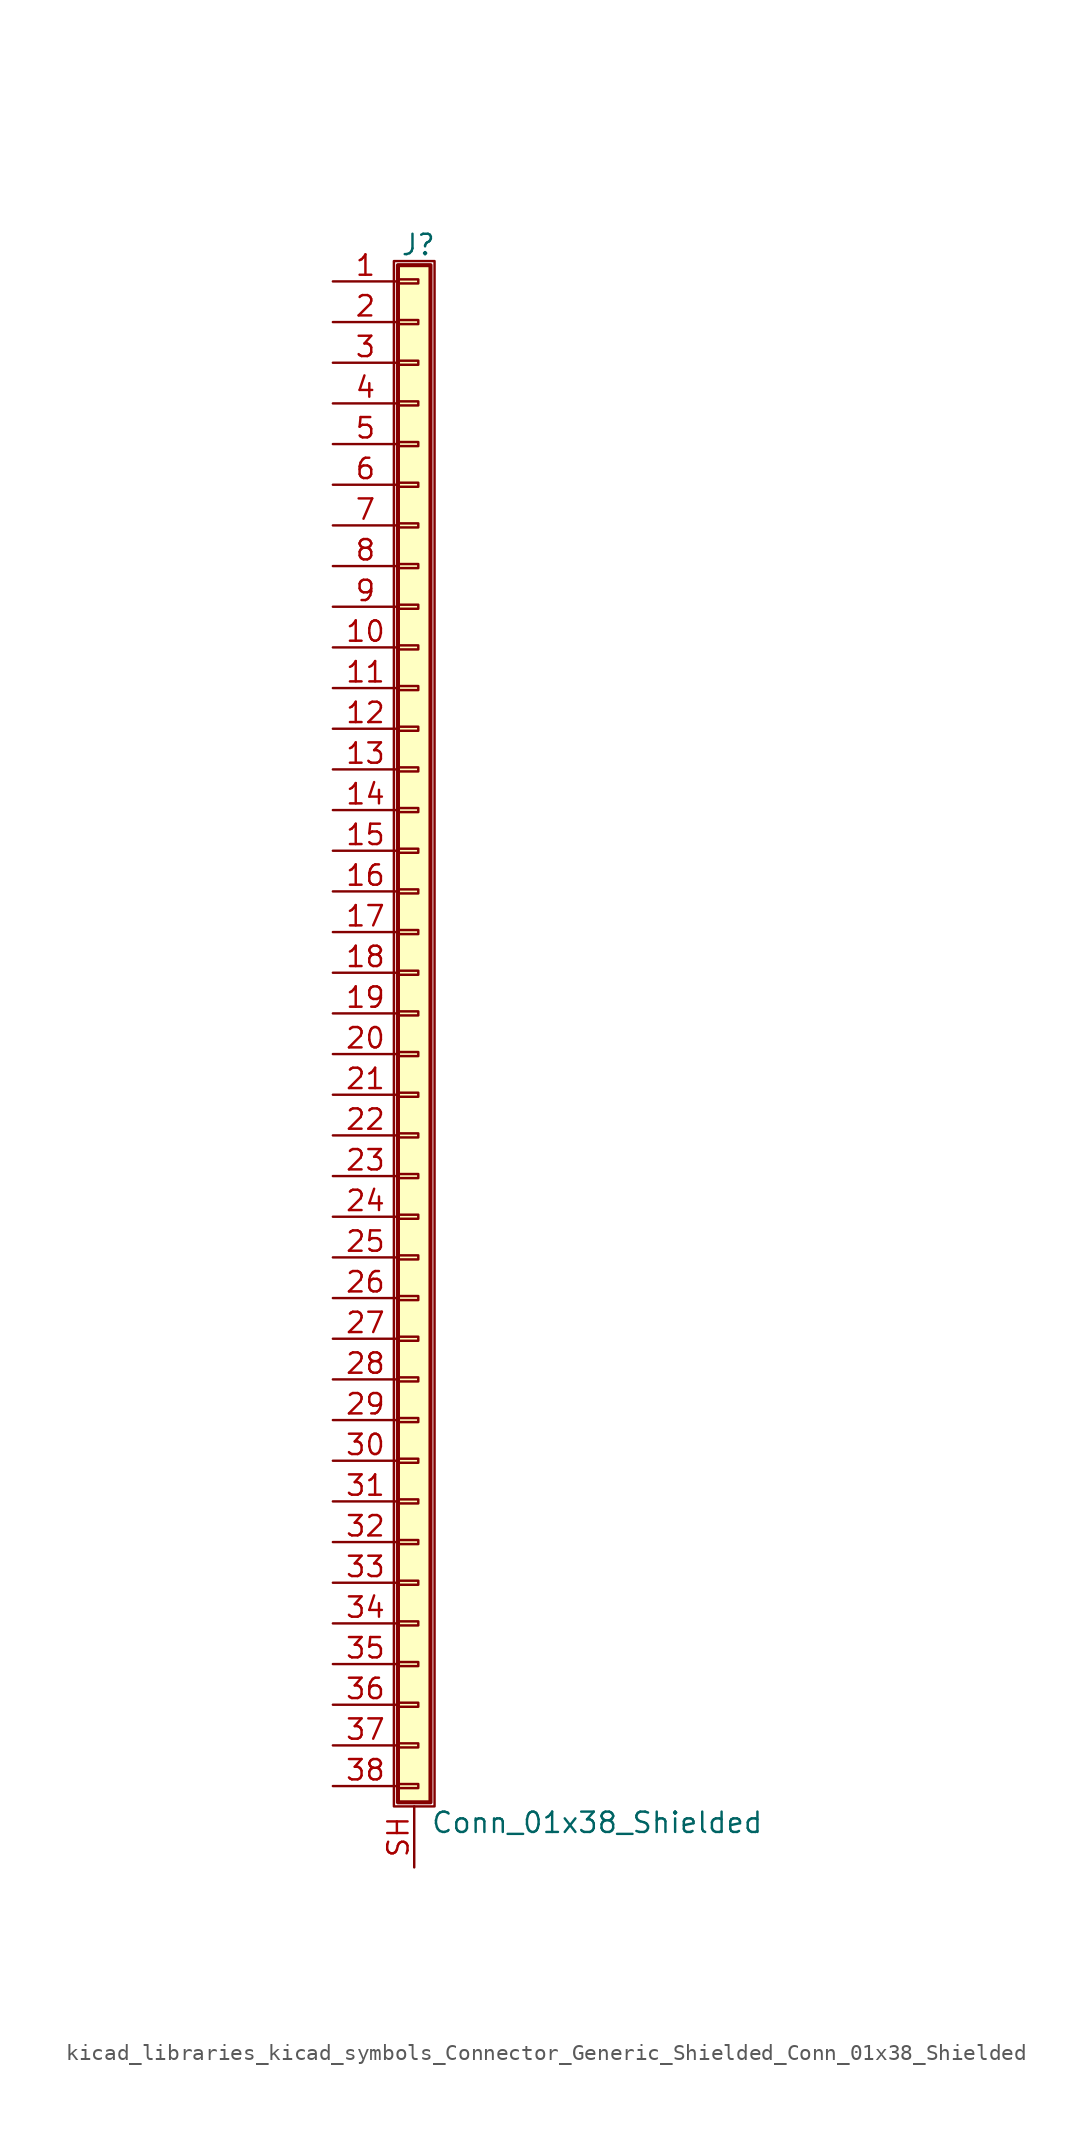
<source format=kicad_sym>
(kicad_symbol_lib
  (version 20220914)
  (generator kicad_symbol_editor)
  (symbol "kicad_libraries_kicad_symbols_Connector_Generic_Shielded_Conn_01x38_Shielded"
    (pin_names
      (offset 1.016) hide)
    (property "Reference" "J"
      (at 0.254 48.006 0)
      (effects (font (size 1.27 1.27))))
    (property "Value" "Conn_01x38_Shielded"
      (at 1.016 -50.546 0)
      (effects (font (size 1.27 1.27)) (justify left)))
    (symbol "kicad_libraries_kicad_symbols_Connector_Generic_Shielded_Conn_01x38_Shielded_1_1"
      (rectangle (start -1.27 46.99) (end 1.27 -49.53) (stroke (width 0.152) (type default)) (fill (type none)))
      (rectangle (start -1.016 -48.133) (end 0.254 -48.387) (stroke (width 0.152) (type default)) (fill (type none)))
      (rectangle (start -1.016 -45.593) (end 0.254 -45.847) (stroke (width 0.152) (type default)) (fill (type none)))
      (rectangle (start -1.016 -43.053) (end 0.254 -43.307) (stroke (width 0.152) (type default)) (fill (type none)))
      (rectangle (start -1.016 -40.513) (end 0.254 -40.767) (stroke (width 0.152) (type default)) (fill (type none)))
      (rectangle (start -1.016 -37.973) (end 0.254 -38.227) (stroke (width 0.152) (type default)) (fill (type none)))
      (rectangle (start -1.016 -35.433) (end 0.254 -35.687) (stroke (width 0.152) (type default)) (fill (type none)))
      (rectangle (start -1.016 -32.893) (end 0.254 -33.147) (stroke (width 0.152) (type default)) (fill (type none)))
      (rectangle (start -1.016 -30.353) (end 0.254 -30.607) (stroke (width 0.152) (type default)) (fill (type none)))
      (rectangle (start -1.016 -27.813) (end 0.254 -28.067) (stroke (width 0.152) (type default)) (fill (type none)))
      (rectangle (start -1.016 -25.273) (end 0.254 -25.527) (stroke (width 0.152) (type default)) (fill (type none)))
      (rectangle (start -1.016 -22.733) (end 0.254 -22.987) (stroke (width 0.152) (type default)) (fill (type none)))
      (rectangle (start -1.016 -20.193) (end 0.254 -20.447) (stroke (width 0.152) (type default)) (fill (type none)))
      (rectangle (start -1.016 -17.653) (end 0.254 -17.907) (stroke (width 0.152) (type default)) (fill (type none)))
      (rectangle (start -1.016 -15.113) (end 0.254 -15.367) (stroke (width 0.152) (type default)) (fill (type none)))
      (rectangle (start -1.016 -12.573) (end 0.254 -12.827) (stroke (width 0.152) (type default)) (fill (type none)))
      (rectangle (start -1.016 -10.033) (end 0.254 -10.287) (stroke (width 0.152) (type default)) (fill (type none)))
      (rectangle (start -1.016 -7.493) (end 0.254 -7.747) (stroke (width 0.152) (type default)) (fill (type none)))
      (rectangle (start -1.016 -4.953) (end 0.254 -5.207) (stroke (width 0.152) (type default)) (fill (type none)))
      (rectangle (start -1.016 -2.413) (end 0.254 -2.667) (stroke (width 0.152) (type default)) (fill (type none)))
      (rectangle (start -1.016 0.127) (end 0.254 -0.127) (stroke (width 0.152) (type default)) (fill (type none)))
      (rectangle (start -1.016 2.667) (end 0.254 2.413) (stroke (width 0.152) (type default)) (fill (type none)))
      (rectangle (start -1.016 5.207) (end 0.254 4.953) (stroke (width 0.152) (type default)) (fill (type none)))
      (rectangle (start -1.016 7.747) (end 0.254 7.493) (stroke (width 0.152) (type default)) (fill (type none)))
      (rectangle (start -1.016 10.287) (end 0.254 10.033) (stroke (width 0.152) (type default)) (fill (type none)))
      (rectangle (start -1.016 12.827) (end 0.254 12.573) (stroke (width 0.152) (type default)) (fill (type none)))
      (rectangle (start -1.016 15.367) (end 0.254 15.113) (stroke (width 0.152) (type default)) (fill (type none)))
      (rectangle (start -1.016 17.907) (end 0.254 17.653) (stroke (width 0.152) (type default)) (fill (type none)))
      (rectangle (start -1.016 20.447) (end 0.254 20.193) (stroke (width 0.152) (type default)) (fill (type none)))
      (rectangle (start -1.016 22.987) (end 0.254 22.733) (stroke (width 0.152) (type default)) (fill (type none)))
      (rectangle (start -1.016 25.527) (end 0.254 25.273) (stroke (width 0.152) (type default)) (fill (type none)))
      (rectangle (start -1.016 28.067) (end 0.254 27.813) (stroke (width 0.152) (type default)) (fill (type none)))
      (rectangle (start -1.016 30.607) (end 0.254 30.353) (stroke (width 0.152) (type default)) (fill (type none)))
      (rectangle (start -1.016 33.147) (end 0.254 32.893) (stroke (width 0.152) (type default)) (fill (type none)))
      (rectangle (start -1.016 35.687) (end 0.254 35.433) (stroke (width 0.152) (type default)) (fill (type none)))
      (rectangle (start -1.016 38.227) (end 0.254 37.973) (stroke (width 0.152) (type default)) (fill (type none)))
      (rectangle (start -1.016 40.767) (end 0.254 40.513) (stroke (width 0.152) (type default)) (fill (type none)))
      (rectangle (start -1.016 43.307) (end 0.254 43.053) (stroke (width 0.152) (type default)) (fill (type none)))
      (rectangle (start -1.016 45.847) (end 0.254 45.593) (stroke (width 0.152) (type default)) (fill (type none)))
      (rectangle (start -1.016 46.736) (end 1.016 -49.276) (stroke (width 0.254) (type default)) (fill (type background)))
      (pin passive line (at -5.08 45.72 0) (length 4.064) (name "Pin_1" (effects (font (size 1.27 1.27)))) (number "1" (effects (font (size 1.27 1.27)))))
      (pin passive line (at -5.08 22.86 0) (length 4.064) (name "Pin_10" (effects (font (size 1.27 1.27)))) (number "10" (effects (font (size 1.27 1.27)))))
      (pin passive line (at -5.08 20.32 0) (length 4.064) (name "Pin_11" (effects (font (size 1.27 1.27)))) (number "11" (effects (font (size 1.27 1.27)))))
      (pin passive line (at -5.08 17.78 0) (length 4.064) (name "Pin_12" (effects (font (size 1.27 1.27)))) (number "12" (effects (font (size 1.27 1.27)))))
      (pin passive line (at -5.08 15.24 0) (length 4.064) (name "Pin_13" (effects (font (size 1.27 1.27)))) (number "13" (effects (font (size 1.27 1.27)))))
      (pin passive line (at -5.08 12.7 0) (length 4.064) (name "Pin_14" (effects (font (size 1.27 1.27)))) (number "14" (effects (font (size 1.27 1.27)))))
      (pin passive line (at -5.08 10.16 0) (length 4.064) (name "Pin_15" (effects (font (size 1.27 1.27)))) (number "15" (effects (font (size 1.27 1.27)))))
      (pin passive line (at -5.08 7.62 0) (length 4.064) (name "Pin_16" (effects (font (size 1.27 1.27)))) (number "16" (effects (font (size 1.27 1.27)))))
      (pin passive line (at -5.08 5.08 0) (length 4.064) (name "Pin_17" (effects (font (size 1.27 1.27)))) (number "17" (effects (font (size 1.27 1.27)))))
      (pin passive line (at -5.08 2.54 0) (length 4.064) (name "Pin_18" (effects (font (size 1.27 1.27)))) (number "18" (effects (font (size 1.27 1.27)))))
      (pin passive line (at -5.08 0 0) (length 4.064) (name "Pin_19" (effects (font (size 1.27 1.27)))) (number "19" (effects (font (size 1.27 1.27)))))
      (pin passive line (at -5.08 43.18 0) (length 4.064) (name "Pin_2" (effects (font (size 1.27 1.27)))) (number "2" (effects (font (size 1.27 1.27)))))
      (pin passive line (at -5.08 -2.54 0) (length 4.064) (name "Pin_20" (effects (font (size 1.27 1.27)))) (number "20" (effects (font (size 1.27 1.27)))))
      (pin passive line (at -5.08 -5.08 0) (length 4.064) (name "Pin_21" (effects (font (size 1.27 1.27)))) (number "21" (effects (font (size 1.27 1.27)))))
      (pin passive line (at -5.08 -7.62 0) (length 4.064) (name "Pin_22" (effects (font (size 1.27 1.27)))) (number "22" (effects (font (size 1.27 1.27)))))
      (pin passive line (at -5.08 -10.16 0) (length 4.064) (name "Pin_23" (effects (font (size 1.27 1.27)))) (number "23" (effects (font (size 1.27 1.27)))))
      (pin passive line (at -5.08 -12.7 0) (length 4.064) (name "Pin_24" (effects (font (size 1.27 1.27)))) (number "24" (effects (font (size 1.27 1.27)))))
      (pin passive line (at -5.08 -15.24 0) (length 4.064) (name "Pin_25" (effects (font (size 1.27 1.27)))) (number "25" (effects (font (size 1.27 1.27)))))
      (pin passive line (at -5.08 -17.78 0) (length 4.064) (name "Pin_26" (effects (font (size 1.27 1.27)))) (number "26" (effects (font (size 1.27 1.27)))))
      (pin passive line (at -5.08 -20.32 0) (length 4.064) (name "Pin_27" (effects (font (size 1.27 1.27)))) (number "27" (effects (font (size 1.27 1.27)))))
      (pin passive line (at -5.08 -22.86 0) (length 4.064) (name "Pin_28" (effects (font (size 1.27 1.27)))) (number "28" (effects (font (size 1.27 1.27)))))
      (pin passive line (at -5.08 -25.4 0) (length 4.064) (name "Pin_29" (effects (font (size 1.27 1.27)))) (number "29" (effects (font (size 1.27 1.27)))))
      (pin passive line (at -5.08 40.64 0) (length 4.064) (name "Pin_3" (effects (font (size 1.27 1.27)))) (number "3" (effects (font (size 1.27 1.27)))))
      (pin passive line (at -5.08 -27.94 0) (length 4.064) (name "Pin_30" (effects (font (size 1.27 1.27)))) (number "30" (effects (font (size 1.27 1.27)))))
      (pin passive line (at -5.08 -30.48 0) (length 4.064) (name "Pin_31" (effects (font (size 1.27 1.27)))) (number "31" (effects (font (size 1.27 1.27)))))
      (pin passive line (at -5.08 -33.02 0) (length 4.064) (name "Pin_32" (effects (font (size 1.27 1.27)))) (number "32" (effects (font (size 1.27 1.27)))))
      (pin passive line (at -5.08 -35.56 0) (length 4.064) (name "Pin_33" (effects (font (size 1.27 1.27)))) (number "33" (effects (font (size 1.27 1.27)))))
      (pin passive line (at -5.08 -38.1 0) (length 4.064) (name "Pin_34" (effects (font (size 1.27 1.27)))) (number "34" (effects (font (size 1.27 1.27)))))
      (pin passive line (at -5.08 -40.64 0) (length 4.064) (name "Pin_35" (effects (font (size 1.27 1.27)))) (number "35" (effects (font (size 1.27 1.27)))))
      (pin passive line (at -5.08 -43.18 0) (length 4.064) (name "Pin_36" (effects (font (size 1.27 1.27)))) (number "36" (effects (font (size 1.27 1.27)))))
      (pin passive line (at -5.08 -45.72 0) (length 4.064) (name "Pin_37" (effects (font (size 1.27 1.27)))) (number "37" (effects (font (size 1.27 1.27)))))
      (pin passive line (at -5.08 -48.26 0) (length 4.064) (name "Pin_38" (effects (font (size 1.27 1.27)))) (number "38" (effects (font (size 1.27 1.27)))))
      (pin passive line (at -5.08 38.1 0) (length 4.064) (name "Pin_4" (effects (font (size 1.27 1.27)))) (number "4" (effects (font (size 1.27 1.27)))))
      (pin passive line (at -5.08 35.56 0) (length 4.064) (name "Pin_5" (effects (font (size 1.27 1.27)))) (number "5" (effects (font (size 1.27 1.27)))))
      (pin passive line (at -5.08 33.02 0) (length 4.064) (name "Pin_6" (effects (font (size 1.27 1.27)))) (number "6" (effects (font (size 1.27 1.27)))))
      (pin passive line (at -5.08 30.48 0) (length 4.064) (name "Pin_7" (effects (font (size 1.27 1.27)))) (number "7" (effects (font (size 1.27 1.27)))))
      (pin passive line (at -5.08 27.94 0) (length 4.064) (name "Pin_8" (effects (font (size 1.27 1.27)))) (number "8" (effects (font (size 1.27 1.27)))))
      (pin passive line (at -5.08 25.4 0) (length 4.064) (name "Pin_9" (effects (font (size 1.27 1.27)))) (number "9" (effects (font (size 1.27 1.27)))))
      (pin passive line (at 0 -53.34 90) (length 3.81) (name "Shield" (effects (font (size 1.27 1.27)))) (number "SH" (effects (font (size 1.27 1.27))))))))
</source>
